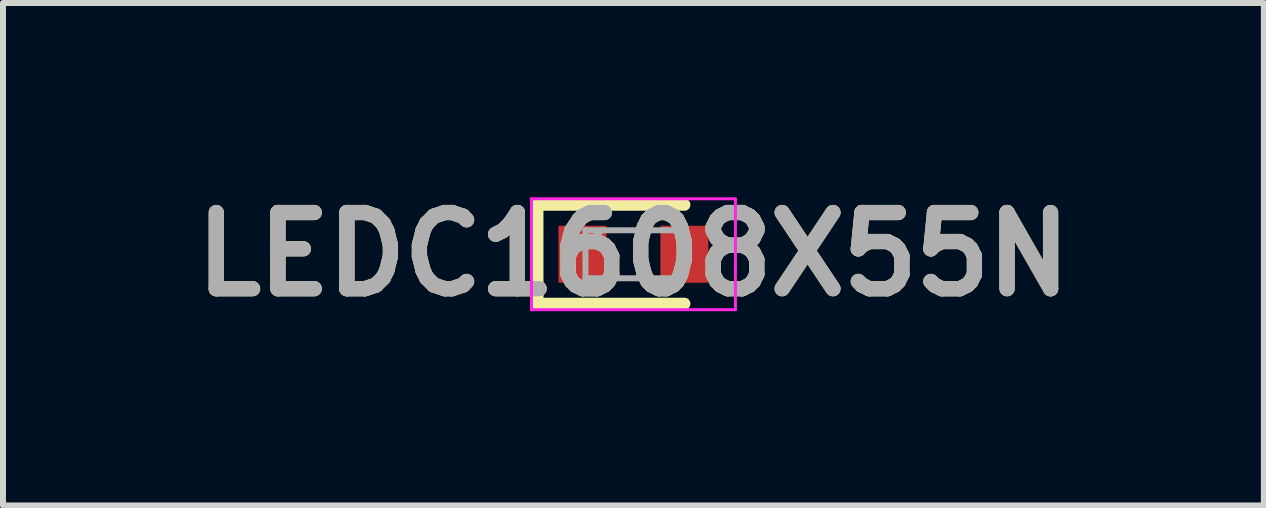
<source format=kicad_pcb>
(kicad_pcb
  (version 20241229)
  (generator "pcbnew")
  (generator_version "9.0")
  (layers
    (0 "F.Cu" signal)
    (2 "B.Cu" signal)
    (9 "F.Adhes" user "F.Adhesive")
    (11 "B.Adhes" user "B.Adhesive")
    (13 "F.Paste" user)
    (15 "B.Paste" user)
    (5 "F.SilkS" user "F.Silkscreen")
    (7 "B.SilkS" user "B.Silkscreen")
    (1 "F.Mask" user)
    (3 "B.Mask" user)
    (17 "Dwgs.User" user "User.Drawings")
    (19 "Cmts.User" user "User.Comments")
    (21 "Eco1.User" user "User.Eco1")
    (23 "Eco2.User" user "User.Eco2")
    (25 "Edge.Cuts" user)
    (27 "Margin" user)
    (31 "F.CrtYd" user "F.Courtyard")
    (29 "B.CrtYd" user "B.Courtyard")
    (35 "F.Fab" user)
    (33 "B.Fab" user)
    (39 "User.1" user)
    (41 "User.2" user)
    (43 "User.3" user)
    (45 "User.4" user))
  (footprint "LEDC1608X55N"
    (layer "F.Cu")
    (at 7.511 1.189)
    (property "Reference" "LEDC1608X55N" (at 0 0 0) (layer "F.SilkS") (effects (font (size 1.27 1.27) (thickness 0.254))))
    (attr smd)
    (fp_line (start -1.6 -0.825) (end -1.6 0.825) (stroke (width 0.2) (type solid)) (layer "F.SilkS"))
    (fp_line (start -1.6 0.825) (end 0.85 0.825) (stroke (width 0.2) (type solid)) (layer "F.SilkS"))
    (fp_line (start 0.85 -0.825) (end -1.6 -0.825) (stroke (width 0.2) (type solid)) (layer "F.SilkS"))
    (fp_line (start -1.7 -0.925) (end 1.7 -0.925) (stroke (width 0.05) (type solid)) (layer "F.CrtYd"))
    (fp_line (start -1.7 0.925) (end -1.7 -0.925) (stroke (width 0.05) (type solid)) (layer "F.CrtYd"))
    (fp_line (start 1.7 -0.925) (end 1.7 0.925) (stroke (width 0.05) (type solid)) (layer "F.CrtYd"))
    (fp_line (start 1.7 0.925) (end -1.7 0.925) (stroke (width 0.05) (type solid)) (layer "F.CrtYd"))
    (fp_line (start -0.8 -0.4) (end 0.8 -0.4) (stroke (width 0.1) (type solid)) (layer "F.Fab"))
    (fp_line (start -0.8 -0.133) (end -0.533 -0.4) (stroke (width 0.1) (type solid)) (layer "F.Fab"))
    (fp_line (start -0.8 0.4) (end -0.8 -0.4) (stroke (width 0.1) (type solid)) (layer "F.Fab"))
    (fp_line (start 0.8 -0.4) (end 0.8 0.4) (stroke (width 0.1) (type solid)) (layer "F.Fab"))
    (fp_line (start 0.8 0.4) (end -0.8 0.4) (stroke (width 0.1) (type solid)) (layer "F.Fab"))
    (fp_text user "${REFERENCE}" (at 0 0 0) (layer "F.Fab") (effects (font (size 1.27 1.27) (thickness 0.254))))
    (pad "1" smd rect (at -0.85 0) (size 0.8 0.95) (layers "F.Cu" "F.Mask" "F.Paste"))
    (pad "2" smd rect (at 0.85 0) (size 0.8 0.95) (layers "F.Cu" "F.Mask" "F.Paste")))
  (gr_rect
    (start -3 -3)
    (end 18.022 5.377)
    (stroke (width 0.1) (type default))
    (fill no)
    (layer "Edge.Cuts")))
</source>
